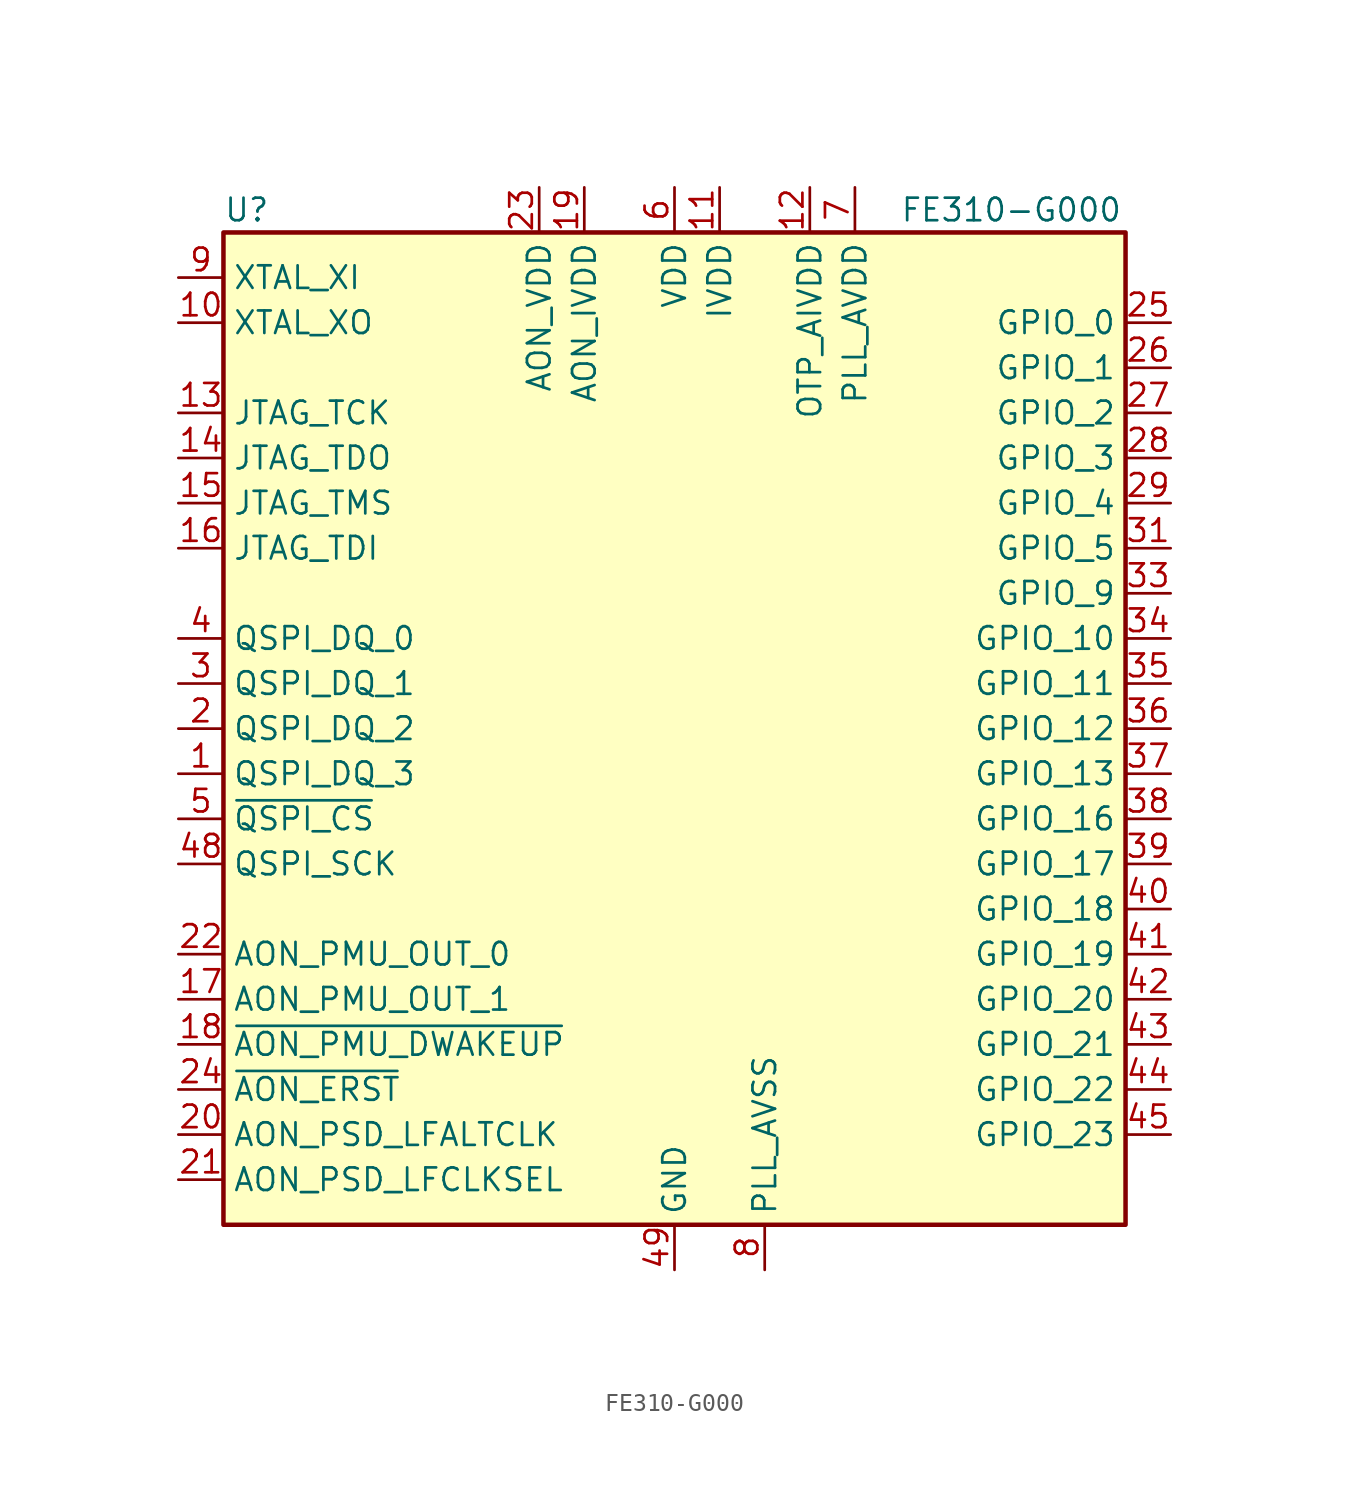
<source format=kicad_sym>
(kicad_symbol_lib
  (version 20220914)
  (generator kicad_symbol_editor)
  (symbol "FE310-G000"
    (property "Reference" "U"
      (at -25.4 29.21 0)
      (effects (font (size 1.27 1.27)) (justify left)))
    (property "Value" "FE310-G000"
      (at 12.7 29.21 0)
      (effects (font (size 1.27 1.27)) (justify left)))
    (symbol "FE310-G000_0_1"
      (rectangle (start -25.4 27.94) (end 25.4 -27.94) (stroke (width 0.254) (type default)) (fill (type background))))
    (symbol "FE310-G000_1_1"
      (pin bidirectional line (at -27.94 -2.54 0) (length 2.54) (name "QSPI_DQ_3" (effects (font (size 1.27 1.27)))) (number "1" (effects (font (size 1.27 1.27)))))
      (pin output line (at -27.94 22.86 0) (length 2.54) (name "XTAL_XO" (effects (font (size 1.27 1.27)))) (number "10" (effects (font (size 1.27 1.27)))))
      (pin power_in line (at 2.54 30.48 270) (length 2.54) (name "IVDD" (effects (font (size 1.27 1.27)))) (number "11" (effects (font (size 1.27 1.27)))))
      (pin power_in line (at 7.62 30.48 270) (length 2.54) (name "OTP_AIVDD" (effects (font (size 1.27 1.27)))) (number "12" (effects (font (size 1.27 1.27)))))
      (pin input line (at -27.94 17.78 0) (length 2.54) (name "JTAG_TCK" (effects (font (size 1.27 1.27)))) (number "13" (effects (font (size 1.27 1.27)))))
      (pin output line (at -27.94 15.24 0) (length 2.54) (name "JTAG_TDO" (effects (font (size 1.27 1.27)))) (number "14" (effects (font (size 1.27 1.27)))))
      (pin input line (at -27.94 12.7 0) (length 2.54) (name "JTAG_TMS" (effects (font (size 1.27 1.27)))) (number "15" (effects (font (size 1.27 1.27)))))
      (pin input line (at -27.94 10.16 0) (length 2.54) (name "JTAG_TDI" (effects (font (size 1.27 1.27)))) (number "16" (effects (font (size 1.27 1.27)))))
      (pin output line (at -27.94 -15.24 0) (length 2.54) (name "AON_PMU_OUT_1" (effects (font (size 1.27 1.27)))) (number "17" (effects (font (size 1.27 1.27)))))
      (pin input line (at -27.94 -17.78 0) (length 2.54) (name "~{AON_PMU_DWAKEUP}" (effects (font (size 1.27 1.27)))) (number "18" (effects (font (size 1.27 1.27)))))
      (pin power_in line (at -5.08 30.48 270) (length 2.54) (name "AON_IVDD" (effects (font (size 1.27 1.27)))) (number "19" (effects (font (size 1.27 1.27)))))
      (pin bidirectional line (at -27.94 0 0) (length 2.54) (name "QSPI_DQ_2" (effects (font (size 1.27 1.27)))) (number "2" (effects (font (size 1.27 1.27)))))
      (pin input line (at -27.94 -22.86 0) (length 2.54) (name "AON_PSD_LFALTCLK" (effects (font (size 1.27 1.27)))) (number "20" (effects (font (size 1.27 1.27)))))
      (pin input line (at -27.94 -25.4 0) (length 2.54) (name "AON_PSD_LFCLKSEL" (effects (font (size 1.27 1.27)))) (number "21" (effects (font (size 1.27 1.27)))))
      (pin output line (at -27.94 -12.7 0) (length 2.54) (name "AON_PMU_OUT_0" (effects (font (size 1.27 1.27)))) (number "22" (effects (font (size 1.27 1.27)))))
      (pin power_in line (at -7.62 30.48 270) (length 2.54) (name "AON_VDD" (effects (font (size 1.27 1.27)))) (number "23" (effects (font (size 1.27 1.27)))))
      (pin input line (at -27.94 -20.32 0) (length 2.54) (name "~{AON_ERST}" (effects (font (size 1.27 1.27)))) (number "24" (effects (font (size 1.27 1.27)))))
      (pin bidirectional line (at 27.94 22.86 180) (length 2.54) (name "GPIO_0" (effects (font (size 1.27 1.27)))) (number "25" (effects (font (size 1.27 1.27)))))
      (pin bidirectional line (at 27.94 20.32 180) (length 2.54) (name "GPIO_1" (effects (font (size 1.27 1.27)))) (number "26" (effects (font (size 1.27 1.27)))))
      (pin bidirectional line (at 27.94 17.78 180) (length 2.54) (name "GPIO_2" (effects (font (size 1.27 1.27)))) (number "27" (effects (font (size 1.27 1.27)))))
      (pin bidirectional line (at 27.94 15.24 180) (length 2.54) (name "GPIO_3" (effects (font (size 1.27 1.27)))) (number "28" (effects (font (size 1.27 1.27)))))
      (pin bidirectional line (at 27.94 12.7 180) (length 2.54) (name "GPIO_4" (effects (font (size 1.27 1.27)))) (number "29" (effects (font (size 1.27 1.27)))))
      (pin bidirectional line (at -27.94 2.54 0) (length 2.54) (name "QSPI_DQ_1" (effects (font (size 1.27 1.27)))) (number "3" (effects (font (size 1.27 1.27)))))
      (pin passive line (at 0 30.48 270) (length 2.54) hide (name "VDD" (effects (font (size 1.27 1.27)))) (number "30" (effects (font (size 1.27 1.27)))))
      (pin bidirectional line (at 27.94 10.16 180) (length 2.54) (name "GPIO_5" (effects (font (size 1.27 1.27)))) (number "31" (effects (font (size 1.27 1.27)))))
      (pin passive line (at 2.54 30.48 270) (length 2.54) hide (name "IVDD" (effects (font (size 1.27 1.27)))) (number "32" (effects (font (size 1.27 1.27)))))
      (pin bidirectional line (at 27.94 7.62 180) (length 2.54) (name "GPIO_9" (effects (font (size 1.27 1.27)))) (number "33" (effects (font (size 1.27 1.27)))))
      (pin bidirectional line (at 27.94 5.08 180) (length 2.54) (name "GPIO_10" (effects (font (size 1.27 1.27)))) (number "34" (effects (font (size 1.27 1.27)))))
      (pin bidirectional line (at 27.94 2.54 180) (length 2.54) (name "GPIO_11" (effects (font (size 1.27 1.27)))) (number "35" (effects (font (size 1.27 1.27)))))
      (pin bidirectional line (at 27.94 0 180) (length 2.54) (name "GPIO_12" (effects (font (size 1.27 1.27)))) (number "36" (effects (font (size 1.27 1.27)))))
      (pin bidirectional line (at 27.94 -2.54 180) (length 2.54) (name "GPIO_13" (effects (font (size 1.27 1.27)))) (number "37" (effects (font (size 1.27 1.27)))))
      (pin bidirectional line (at 27.94 -5.08 180) (length 2.54) (name "GPIO_16" (effects (font (size 1.27 1.27)))) (number "38" (effects (font (size 1.27 1.27)))))
      (pin bidirectional line (at 27.94 -7.62 180) (length 2.54) (name "GPIO_17" (effects (font (size 1.27 1.27)))) (number "39" (effects (font (size 1.27 1.27)))))
      (pin bidirectional line (at -27.94 5.08 0) (length 2.54) (name "QSPI_DQ_0" (effects (font (size 1.27 1.27)))) (number "4" (effects (font (size 1.27 1.27)))))
      (pin bidirectional line (at 27.94 -10.16 180) (length 2.54) (name "GPIO_18" (effects (font (size 1.27 1.27)))) (number "40" (effects (font (size 1.27 1.27)))))
      (pin bidirectional line (at 27.94 -12.7 180) (length 2.54) (name "GPIO_19" (effects (font (size 1.27 1.27)))) (number "41" (effects (font (size 1.27 1.27)))))
      (pin bidirectional line (at 27.94 -15.24 180) (length 2.54) (name "GPIO_20" (effects (font (size 1.27 1.27)))) (number "42" (effects (font (size 1.27 1.27)))))
      (pin bidirectional line (at 27.94 -17.78 180) (length 2.54) (name "GPIO_21" (effects (font (size 1.27 1.27)))) (number "43" (effects (font (size 1.27 1.27)))))
      (pin bidirectional line (at 27.94 -20.32 180) (length 2.54) (name "GPIO_22" (effects (font (size 1.27 1.27)))) (number "44" (effects (font (size 1.27 1.27)))))
      (pin bidirectional line (at 27.94 -22.86 180) (length 2.54) (name "GPIO_23" (effects (font (size 1.27 1.27)))) (number "45" (effects (font (size 1.27 1.27)))))
      (pin passive line (at 0 30.48 270) (length 2.54) hide (name "VDD" (effects (font (size 1.27 1.27)))) (number "46" (effects (font (size 1.27 1.27)))))
      (pin passive line (at 2.54 30.48 270) (length 2.54) hide (name "IVDD" (effects (font (size 1.27 1.27)))) (number "47" (effects (font (size 1.27 1.27)))))
      (pin output line (at -27.94 -7.62 0) (length 2.54) (name "QSPI_SCK" (effects (font (size 1.27 1.27)))) (number "48" (effects (font (size 1.27 1.27)))))
      (pin power_in line (at 0 -30.48 90) (length 2.54) (name "GND" (effects (font (size 1.27 1.27)))) (number "49" (effects (font (size 1.27 1.27)))))
      (pin output line (at -27.94 -5.08 0) (length 2.54) (name "~{QSPI_CS}" (effects (font (size 1.27 1.27)))) (number "5" (effects (font (size 1.27 1.27)))))
      (pin power_in line (at 0 30.48 270) (length 2.54) (name "VDD" (effects (font (size 1.27 1.27)))) (number "6" (effects (font (size 1.27 1.27)))))
      (pin power_in line (at 10.16 30.48 270) (length 2.54) (name "PLL_AVDD" (effects (font (size 1.27 1.27)))) (number "7" (effects (font (size 1.27 1.27)))))
      (pin power_in line (at 5.08 -30.48 90) (length 2.54) (name "PLL_AVSS" (effects (font (size 1.27 1.27)))) (number "8" (effects (font (size 1.27 1.27)))))
      (pin input line (at -27.94 25.4 0) (length 2.54) (name "XTAL_XI" (effects (font (size 1.27 1.27)))) (number "9" (effects (font (size 1.27 1.27))))))))
</source>
